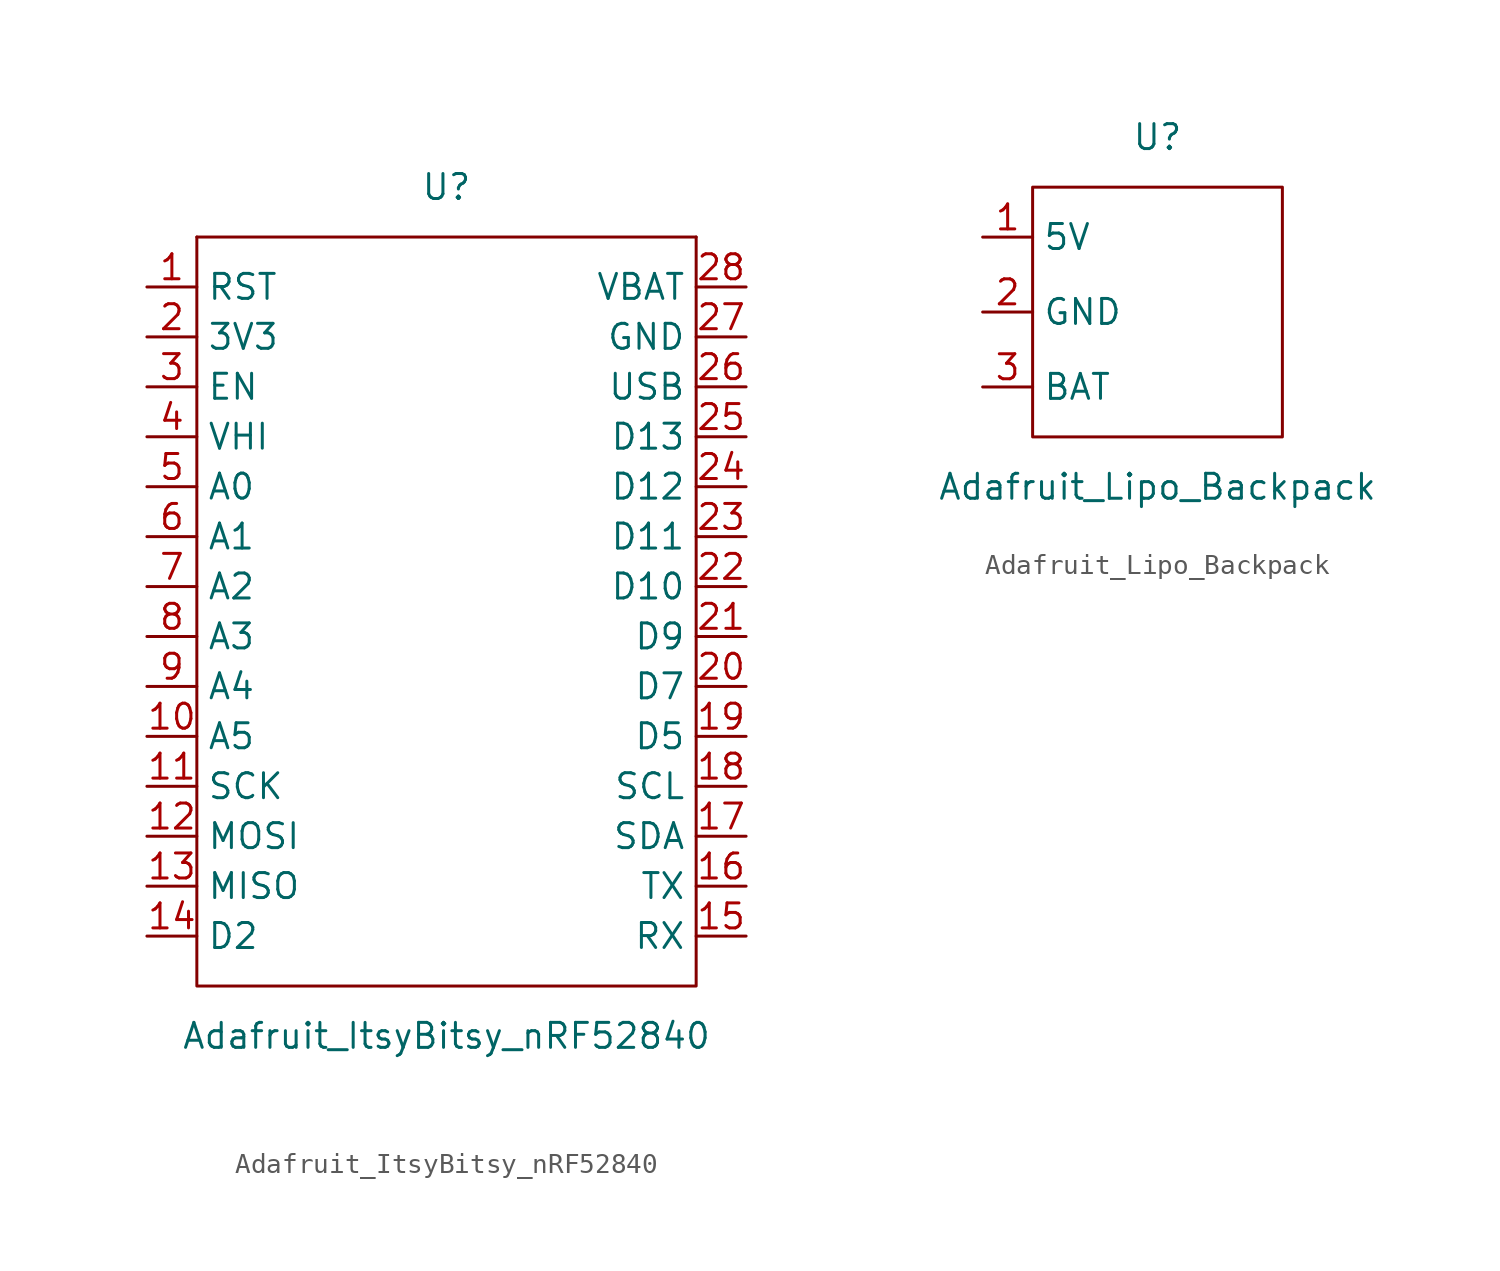
<source format=kicad_sym>
(kicad_symbol_lib
  (version 20210619)
  (generator kicad_symbol_editor)
  (symbol "itsybitsy+bp:Adafruit_ItsyBitsy_nRF52840"
    (property "Reference" "U"
      (at 0 -1.27 0)
      (effects (font (size 1.27 1.27))))
    (property "Value" "Adafruit_ItsyBitsy_nRF52840"
      (at 0 -44.45 0)
      (effects (font (size 1.27 1.27))))
    (symbol "Adafruit_ItsyBitsy_nRF52840_0_1"
      (rectangle (start -12.7 -3.81) (end -12.7 -3.81) (stroke (width 0.152)) (fill (type none)))
      (rectangle (start -12.7 -3.81) (end 12.7 -41.91) (stroke (width 0.152)) (fill (type none)))
      (rectangle (start 12.7 -3.81) (end 12.7 -3.81) (stroke (width 0.152)) (fill (type none))))
    (symbol "Adafruit_ItsyBitsy_nRF52840_1_1"
      (pin input line (at -15.24 -6.35 0) (length 2.54) (name "RST" (effects (font (size 1.27 1.27)))) (number "1" (effects (font (size 1.27 1.27)))))
      (pin bidirectional line (at -15.24 -29.21 0) (length 2.54) (name "A5" (effects (font (size 1.27 1.27)))) (number "10" (effects (font (size 1.27 1.27)))))
      (pin bidirectional line (at -15.24 -31.75 0) (length 2.54) (name "SCK" (effects (font (size 1.27 1.27)))) (number "11" (effects (font (size 1.27 1.27)))))
      (pin bidirectional line (at -15.24 -34.29 0) (length 2.54) (name "MOSI" (effects (font (size 1.27 1.27)))) (number "12" (effects (font (size 1.27 1.27)))))
      (pin bidirectional line (at -15.24 -36.83 0) (length 2.54) (name "MISO" (effects (font (size 1.27 1.27)))) (number "13" (effects (font (size 1.27 1.27)))))
      (pin bidirectional line (at -15.24 -39.37 0) (length 2.54) (name "D2" (effects (font (size 1.27 1.27)))) (number "14" (effects (font (size 1.27 1.27)))))
      (pin bidirectional line (at 15.24 -39.37 180) (length 2.54) (name "RX" (effects (font (size 1.27 1.27)))) (number "15" (effects (font (size 1.27 1.27)))))
      (pin bidirectional line (at 15.24 -36.83 180) (length 2.54) (name "TX" (effects (font (size 1.27 1.27)))) (number "16" (effects (font (size 1.27 1.27)))))
      (pin bidirectional line (at 15.24 -34.29 180) (length 2.54) (name "SDA" (effects (font (size 1.27 1.27)))) (number "17" (effects (font (size 1.27 1.27)))))
      (pin bidirectional line (at 15.24 -31.75 180) (length 2.54) (name "SCL" (effects (font (size 1.27 1.27)))) (number "18" (effects (font (size 1.27 1.27)))))
      (pin bidirectional line (at 15.24 -29.21 180) (length 2.54) (name "D5" (effects (font (size 1.27 1.27)))) (number "19" (effects (font (size 1.27 1.27)))))
      (pin power_in line (at -15.24 -8.89 0) (length 2.54) (name "3V3" (effects (font (size 1.27 1.27)))) (number "2" (effects (font (size 1.27 1.27)))))
      (pin bidirectional line (at 15.24 -26.67 180) (length 2.54) (name "D7" (effects (font (size 1.27 1.27)))) (number "20" (effects (font (size 1.27 1.27)))))
      (pin bidirectional line (at 15.24 -24.13 180) (length 2.54) (name "D9" (effects (font (size 1.27 1.27)))) (number "21" (effects (font (size 1.27 1.27)))))
      (pin bidirectional line (at 15.24 -21.59 180) (length 2.54) (name "D10" (effects (font (size 1.27 1.27)))) (number "22" (effects (font (size 1.27 1.27)))))
      (pin bidirectional line (at 15.24 -19.05 180) (length 2.54) (name "D11" (effects (font (size 1.27 1.27)))) (number "23" (effects (font (size 1.27 1.27)))))
      (pin bidirectional line (at 15.24 -16.51 180) (length 2.54) (name "D12" (effects (font (size 1.27 1.27)))) (number "24" (effects (font (size 1.27 1.27)))))
      (pin bidirectional line (at 15.24 -13.97 180) (length 2.54) (name "D13" (effects (font (size 1.27 1.27)))) (number "25" (effects (font (size 1.27 1.27)))))
      (pin power_in line (at 15.24 -11.43 180) (length 2.54) (name "USB" (effects (font (size 1.27 1.27)))) (number "26" (effects (font (size 1.27 1.27)))))
      (pin power_in line (at 15.24 -8.89 180) (length 2.54) (name "GND" (effects (font (size 1.27 1.27)))) (number "27" (effects (font (size 1.27 1.27)))))
      (pin power_in line (at 15.24 -6.35 180) (length 2.54) (name "VBAT" (effects (font (size 1.27 1.27)))) (number "28" (effects (font (size 1.27 1.27)))))
      (pin input line (at -15.24 -11.43 0) (length 2.54) (name "EN" (effects (font (size 1.27 1.27)))) (number "3" (effects (font (size 1.27 1.27)))))
      (pin power_out line (at -15.24 -13.97 0) (length 2.54) (name "VHI" (effects (font (size 1.27 1.27)))) (number "4" (effects (font (size 1.27 1.27)))))
      (pin bidirectional line (at -15.24 -16.51 0) (length 2.54) (name "A0" (effects (font (size 1.27 1.27)))) (number "5" (effects (font (size 1.27 1.27)))))
      (pin bidirectional line (at -15.24 -19.05 0) (length 2.54) (name "A1" (effects (font (size 1.27 1.27)))) (number "6" (effects (font (size 1.27 1.27)))))
      (pin bidirectional line (at -15.24 -21.59 0) (length 2.54) (name "A2" (effects (font (size 1.27 1.27)))) (number "7" (effects (font (size 1.27 1.27)))))
      (pin bidirectional line (at -15.24 -24.13 0) (length 2.54) (name "A3" (effects (font (size 1.27 1.27)))) (number "8" (effects (font (size 1.27 1.27)))))
      (pin bidirectional line (at -15.24 -26.67 0) (length 2.54) (name "A4" (effects (font (size 1.27 1.27)))) (number "9" (effects (font (size 1.27 1.27)))))))
  (symbol "itsybitsy+bp:Adafruit_Lipo_Backpack"
    (property "Reference" "U"
      (at 0 -3.81 0)
      (effects (font (size 1.27 1.27))))
    (property "Value" "Adafruit_Lipo_Backpack"
      (at 0 -21.59 0)
      (effects (font (size 1.27 1.27))))
    (symbol "Adafruit_Lipo_Backpack_0_1"
      (rectangle (start -6.35 -6.35) (end 6.35 -19.05) (stroke (width 0.152)) (fill (type none))))
    (symbol "Adafruit_Lipo_Backpack_1_1"
      (pin power_out line (at -8.89 -8.89 0) (length 2.54) (name "5V" (effects (font (size 1.27 1.27)))) (number "1" (effects (font (size 1.27 1.27)))))
      (pin power_in line (at -8.89 -12.7 0) (length 2.54) (name "GND" (effects (font (size 1.27 1.27)))) (number "2" (effects (font (size 1.27 1.27)))))
      (pin power_out line (at -8.89 -16.51 0) (length 2.54) (name "BAT" (effects (font (size 1.27 1.27)))) (number "3" (effects (font (size 1.27 1.27))))))))
</source>
